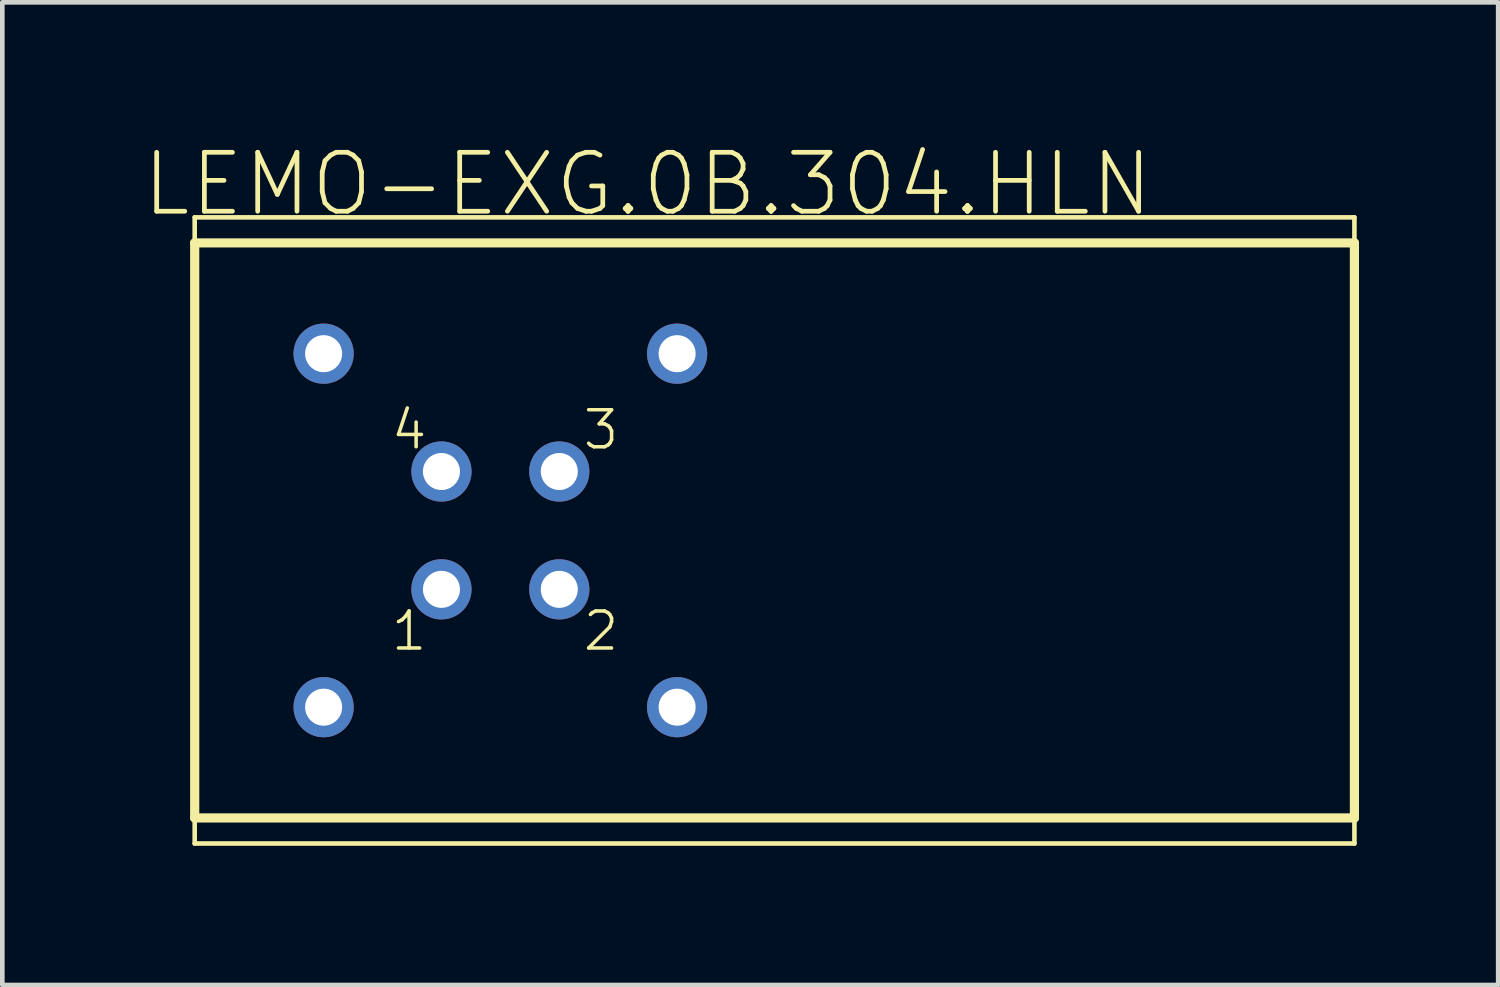
<source format=kicad_pcb>
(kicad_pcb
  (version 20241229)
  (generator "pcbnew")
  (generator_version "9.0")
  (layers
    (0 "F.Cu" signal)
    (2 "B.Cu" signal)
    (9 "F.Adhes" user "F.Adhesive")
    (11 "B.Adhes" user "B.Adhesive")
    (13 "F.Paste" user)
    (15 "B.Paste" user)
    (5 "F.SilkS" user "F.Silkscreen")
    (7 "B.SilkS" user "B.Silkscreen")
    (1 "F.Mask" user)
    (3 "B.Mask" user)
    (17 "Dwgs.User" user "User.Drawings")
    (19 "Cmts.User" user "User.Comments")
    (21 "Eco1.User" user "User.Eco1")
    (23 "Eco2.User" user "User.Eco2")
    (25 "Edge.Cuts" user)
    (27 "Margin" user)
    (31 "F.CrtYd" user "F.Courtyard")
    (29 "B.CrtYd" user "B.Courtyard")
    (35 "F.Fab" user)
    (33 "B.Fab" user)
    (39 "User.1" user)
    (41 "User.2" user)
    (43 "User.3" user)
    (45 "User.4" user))
  (footprint "LEMO-EXG.0B.304.HLN"
    (layer "F.Cu")
    (at 7.736 8.384)
    (property "Reference" "LEMO-EXG.0B.304.HLN" (at 3.175 -7.463 0) (layer "F.SilkS") (effects (font (size 1.27 1.27) (thickness 0.102))))
    (attr exclude_from_pos_files exclude_from_bom)
    (fp_line (start -6.589 -6.749) (end -6.589 6.749) (stroke (width 0.099) (type solid)) (layer "F.SilkS"))
    (fp_line (start -6.589 -6.749) (end 18.41 -6.749) (stroke (width 0.099) (type solid)) (layer "F.SilkS"))
    (fp_line (start -6.589 -6.198) (end -6.589 6.198) (stroke (width 0.198) (type solid)) (layer "F.SilkS"))
    (fp_line (start -6.589 -6.198) (end 18.41 -6.198) (stroke (width 0.198) (type solid)) (layer "F.SilkS"))
    (fp_line (start -6.589 6.198) (end 18.41 6.198) (stroke (width 0.198) (type solid)) (layer "F.SilkS"))
    (fp_line (start -6.589 6.749) (end 18.41 6.749) (stroke (width 0.099) (type solid)) (layer "F.SilkS"))
    (fp_line (start 18.41 -6.749) (end 18.41 6.749) (stroke (width 0.099) (type solid)) (layer "F.SilkS"))
    (fp_line (start 18.41 -6.198) (end 18.41 6.198) (stroke (width 0.198) (type solid)) (layer "F.SilkS"))
    (fp_text user "4" (at -1.968 -2.169 0) (layer "F.SilkS") (effects (font (size 0.798 0.798) (thickness 0.076))))
    (fp_text user "3" (at 2.169 -2.169 0) (layer "F.SilkS") (effects (font (size 0.798 0.798) (thickness 0.076))))
    (fp_text user "2" (at 2.169 2.169 0) (layer "F.SilkS") (effects (font (size 0.798 0.798) (thickness 0.076))))
    (fp_text user "1" (at -1.968 2.169 0) (layer "F.SilkS") (effects (font (size 0.798 0.798) (thickness 0.076))))
    (pad "1" thru_hole circle (at -1.27 1.27) (size 1.298 1.298) (drill 0.798) (layers "*.Cu" "*.Paste" "*.Mask"))
    (pad "2" thru_hole circle (at 1.27 1.27) (size 1.298 1.298) (drill 0.798) (layers "*.Cu" "*.Paste" "*.Mask"))
    (pad "3" thru_hole circle (at 1.27 -1.27) (size 1.298 1.298) (drill 0.798) (layers "*.Cu" "*.Paste" "*.Mask"))
    (pad "4" thru_hole circle (at -1.27 -1.27) (size 1.298 1.298) (drill 0.798) (layers "*.Cu" "*.Paste" "*.Mask"))
    (pad "6" thru_hole circle (at -3.81 3.81) (size 1.298 1.298) (drill 0.798) (layers "*.Cu" "*.Paste" "*.Mask"))
    (pad "7" thru_hole circle (at 3.81 3.81) (size 1.298 1.298) (drill 0.798) (layers "*.Cu" "*.Paste" "*.Mask"))
    (pad "8" thru_hole circle (at 3.81 -3.81) (size 1.298 1.298) (drill 0.798) (layers "*.Cu" "*.Paste" "*.Mask"))
    (pad "9" thru_hole circle (at -3.81 -3.81) (size 1.298 1.298) (drill 0.798) (layers "*.Cu" "*.Paste" "*.Mask")))
  (gr_rect
    (start -3 -3)
    (end 29.245 18.182)
    (stroke (width 0.1) (type default))
    (fill no)
    (layer "Edge.Cuts")))
</source>
